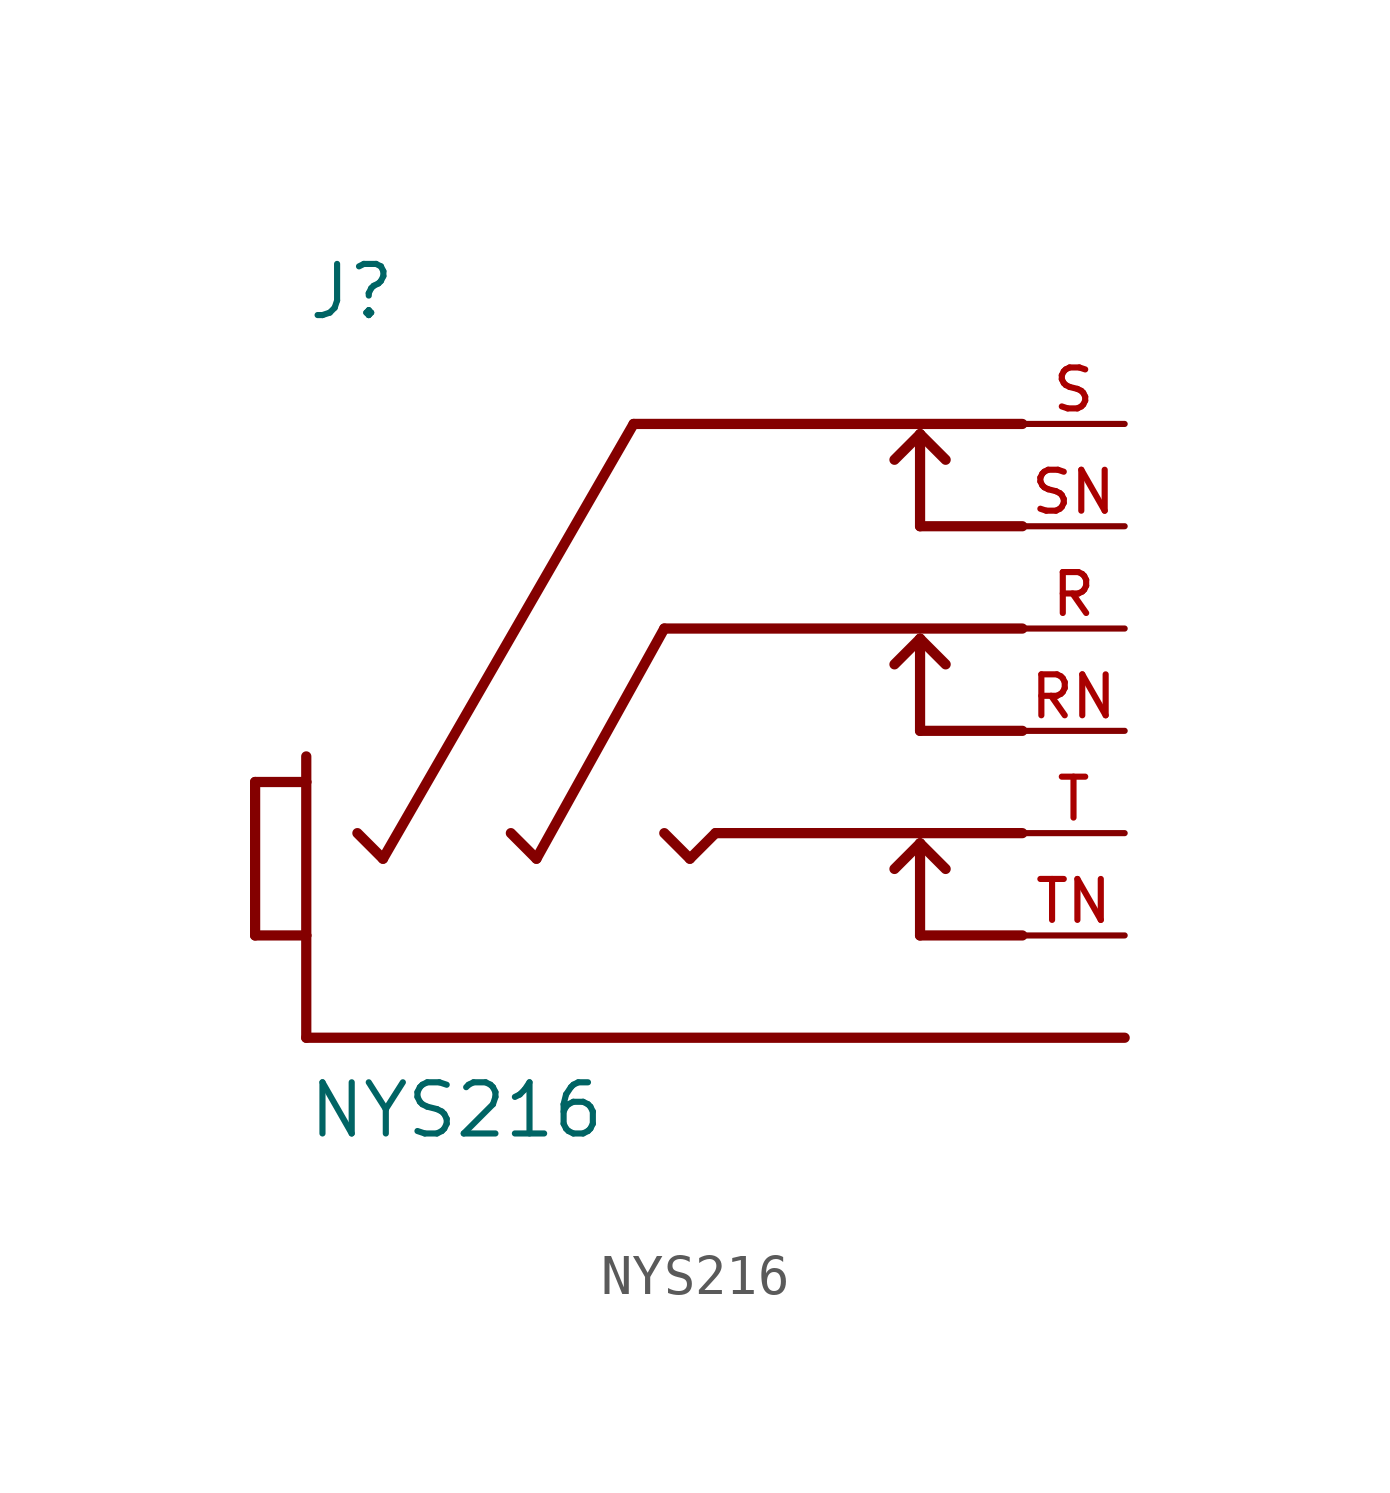
<source format=kicad_sym>
(kicad_symbol_lib
  (version 20211014)
  (generator kicad_symbol_editor)
  (symbol "NYS216"
    (pin_names
      (offset 1.016))
    (property "Reference" "J"
      (at -10.16 10.16 0)
      (effects (font (size 1.27 1.27)) (justify bottom left)))
    (property "Value" "NYS216"
      (at -10.16 -10.16 0)
      (effects (font (size 1.27 1.27)) (justify bottom left)))
    (symbol "NYS216_0_0"
      (polyline (pts (xy 10.16 -7.62) (xy -10.16 -7.62)) (stroke (width 0.254)))
      (polyline (pts (xy 7.62 -2.54) (xy 0.0 -2.54)) (stroke (width 0.254)))
      (polyline (pts (xy 0.0 -2.54) (xy -0.635 -3.175)) (stroke (width 0.254)))
      (polyline (pts (xy -0.635 -3.175) (xy -1.27 -2.54)) (stroke (width 0.254)))
      (polyline (pts (xy -4.445 -3.175) (xy -5.08 -2.54)) (stroke (width 0.254)))
      (polyline (pts (xy 7.62 2.54) (xy -1.27 2.54)) (stroke (width 0.254)))
      (polyline (pts (xy -1.27 2.54) (xy -4.445 -3.175)) (stroke (width 0.254)))
      (polyline (pts (xy -8.255 -3.175) (xy -8.89 -2.54)) (stroke (width 0.254)))
      (polyline (pts (xy -2.032 7.62) (xy -8.255 -3.175)) (stroke (width 0.254)))
      (polyline (pts (xy 7.62 0.0) (xy 5.08 0.0)) (stroke (width 0.254)))
      (polyline (pts (xy 7.62 -5.08) (xy 5.08 -5.08)) (stroke (width 0.254)))
      (polyline (pts (xy 5.08 2.286) (xy 5.08 0.0)) (stroke (width 0.254)))
      (polyline (pts (xy 5.08 -2.794) (xy 5.08 -5.08)) (stroke (width 0.254)))
      (polyline (pts (xy 5.08 -2.794) (xy 4.445 -3.429)) (stroke (width 0.254)))
      (polyline (pts (xy 5.08 -2.794) (xy 5.715 -3.429)) (stroke (width 0.254)))
      (polyline (pts (xy 5.08 2.286) (xy 4.445 1.651)) (stroke (width 0.254)))
      (polyline (pts (xy 5.08 2.286) (xy 5.715 1.651)) (stroke (width 0.254)))
      (polyline (pts (xy -10.16 -7.62) (xy -10.16 -5.08)) (stroke (width 0.254)))
      (polyline (pts (xy -10.16 -5.08) (xy -10.16 -1.27)) (stroke (width 0.254)))
      (polyline (pts (xy -10.16 -1.27) (xy -10.16 -0.635)) (stroke (width 0.254)))
      (polyline (pts (xy -10.16 -1.27) (xy -11.43 -1.27)) (stroke (width 0.254)))
      (polyline (pts (xy -11.43 -1.27) (xy -11.43 -5.08)) (stroke (width 0.254)))
      (polyline (pts (xy -11.43 -5.08) (xy -10.16 -5.08)) (stroke (width 0.254)))
      (polyline (pts (xy 7.62 7.62) (xy -2.032 7.62)) (stroke (width 0.254)))
      (polyline (pts (xy 7.62 5.08) (xy 5.08 5.08)) (stroke (width 0.254)))
      (polyline (pts (xy 5.08 7.366) (xy 5.08 5.08)) (stroke (width 0.254)))
      (polyline (pts (xy 5.08 7.366) (xy 4.445 6.731)) (stroke (width 0.254)))
      (polyline (pts (xy 5.08 7.366) (xy 5.715 6.731)) (stroke (width 0.254)))
      (pin passive line (at 10.16 -2.54 180.0) (length 2.54) (name "~" (effects (font (size 1.016 1.016)))) (number "T" (effects (font (size 1.016 1.016)))))
      (pin passive line (at 10.16 -5.08 180.0) (length 2.54) (name "~" (effects (font (size 1.016 1.016)))) (number "TN" (effects (font (size 1.016 1.016)))))
      (pin passive line (at 10.16 2.54 180.0) (length 2.54) (name "~" (effects (font (size 1.016 1.016)))) (number "R" (effects (font (size 1.016 1.016)))))
      (pin passive line (at 10.16 0.0 180.0) (length 2.54) (name "~" (effects (font (size 1.016 1.016)))) (number "RN" (effects (font (size 1.016 1.016)))))
      (pin passive line (at 10.16 5.08 180.0) (length 2.54) (name "~" (effects (font (size 1.016 1.016)))) (number "SN" (effects (font (size 1.016 1.016)))))
      (pin passive line (at 10.16 7.62 180.0) (length 2.54) (name "~" (effects (font (size 1.016 1.016)))) (number "S" (effects (font (size 1.016 1.016))))))))
</source>
